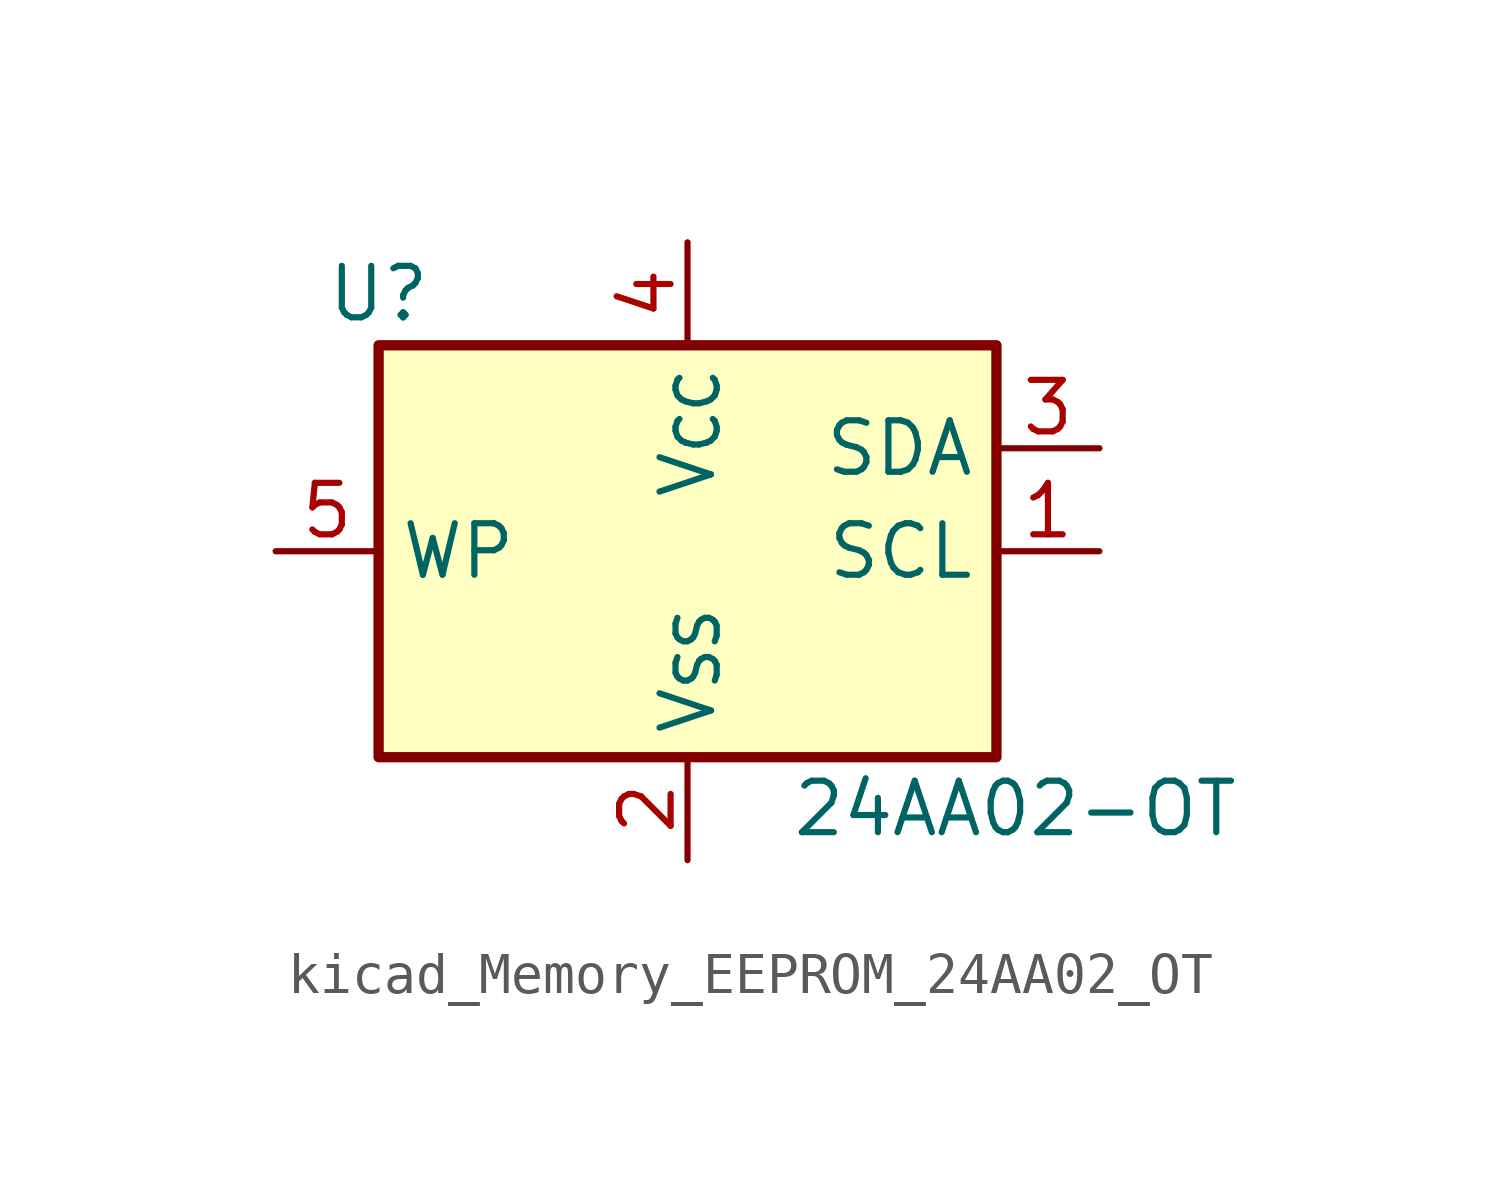
<source format=kicad_sym>
(kicad_symbol_lib
  (version 20220914)
  (generator kicad_symbol_editor)
  (symbol "kicad_Memory_EEPROM_24AA02_OT"
    (property "Reference" "U"
      (at -7.62 6.35 0)
      (effects (font (size 1.27 1.27))))
    (property "Value" "24AA02-OT"
      (at 2.54 -6.35 0)
      (effects (font (size 1.27 1.27)) (justify left)))
    (symbol "kicad_Memory_EEPROM_24AA02_OT_1_1"
      (rectangle (start -7.62 5.08) (end 7.62 -5.08) (stroke (width 0.254) (type default)) (fill (type background)))
      (pin input line (at 10.16 0 180) (length 2.54) (name "SCL" (effects (font (size 1.27 1.27)))) (number "1" (effects (font (size 1.27 1.27)))))
      (pin power_in line (at 0 -7.62 90) (length 2.54) (name "V_{SS}" (effects (font (size 1.27 1.27)))) (number "2" (effects (font (size 1.27 1.27)))))
      (pin bidirectional line (at 10.16 2.54 180) (length 2.54) (name "SDA" (effects (font (size 1.27 1.27)))) (number "3" (effects (font (size 1.27 1.27)))))
      (pin power_in line (at 0 7.62 270) (length 2.54) (name "V_{CC}" (effects (font (size 1.27 1.27)))) (number "4" (effects (font (size 1.27 1.27)))))
      (pin input line (at -10.16 0 0) (length 2.54) (name "WP" (effects (font (size 1.27 1.27)))) (number "5" (effects (font (size 1.27 1.27))))))))
</source>
